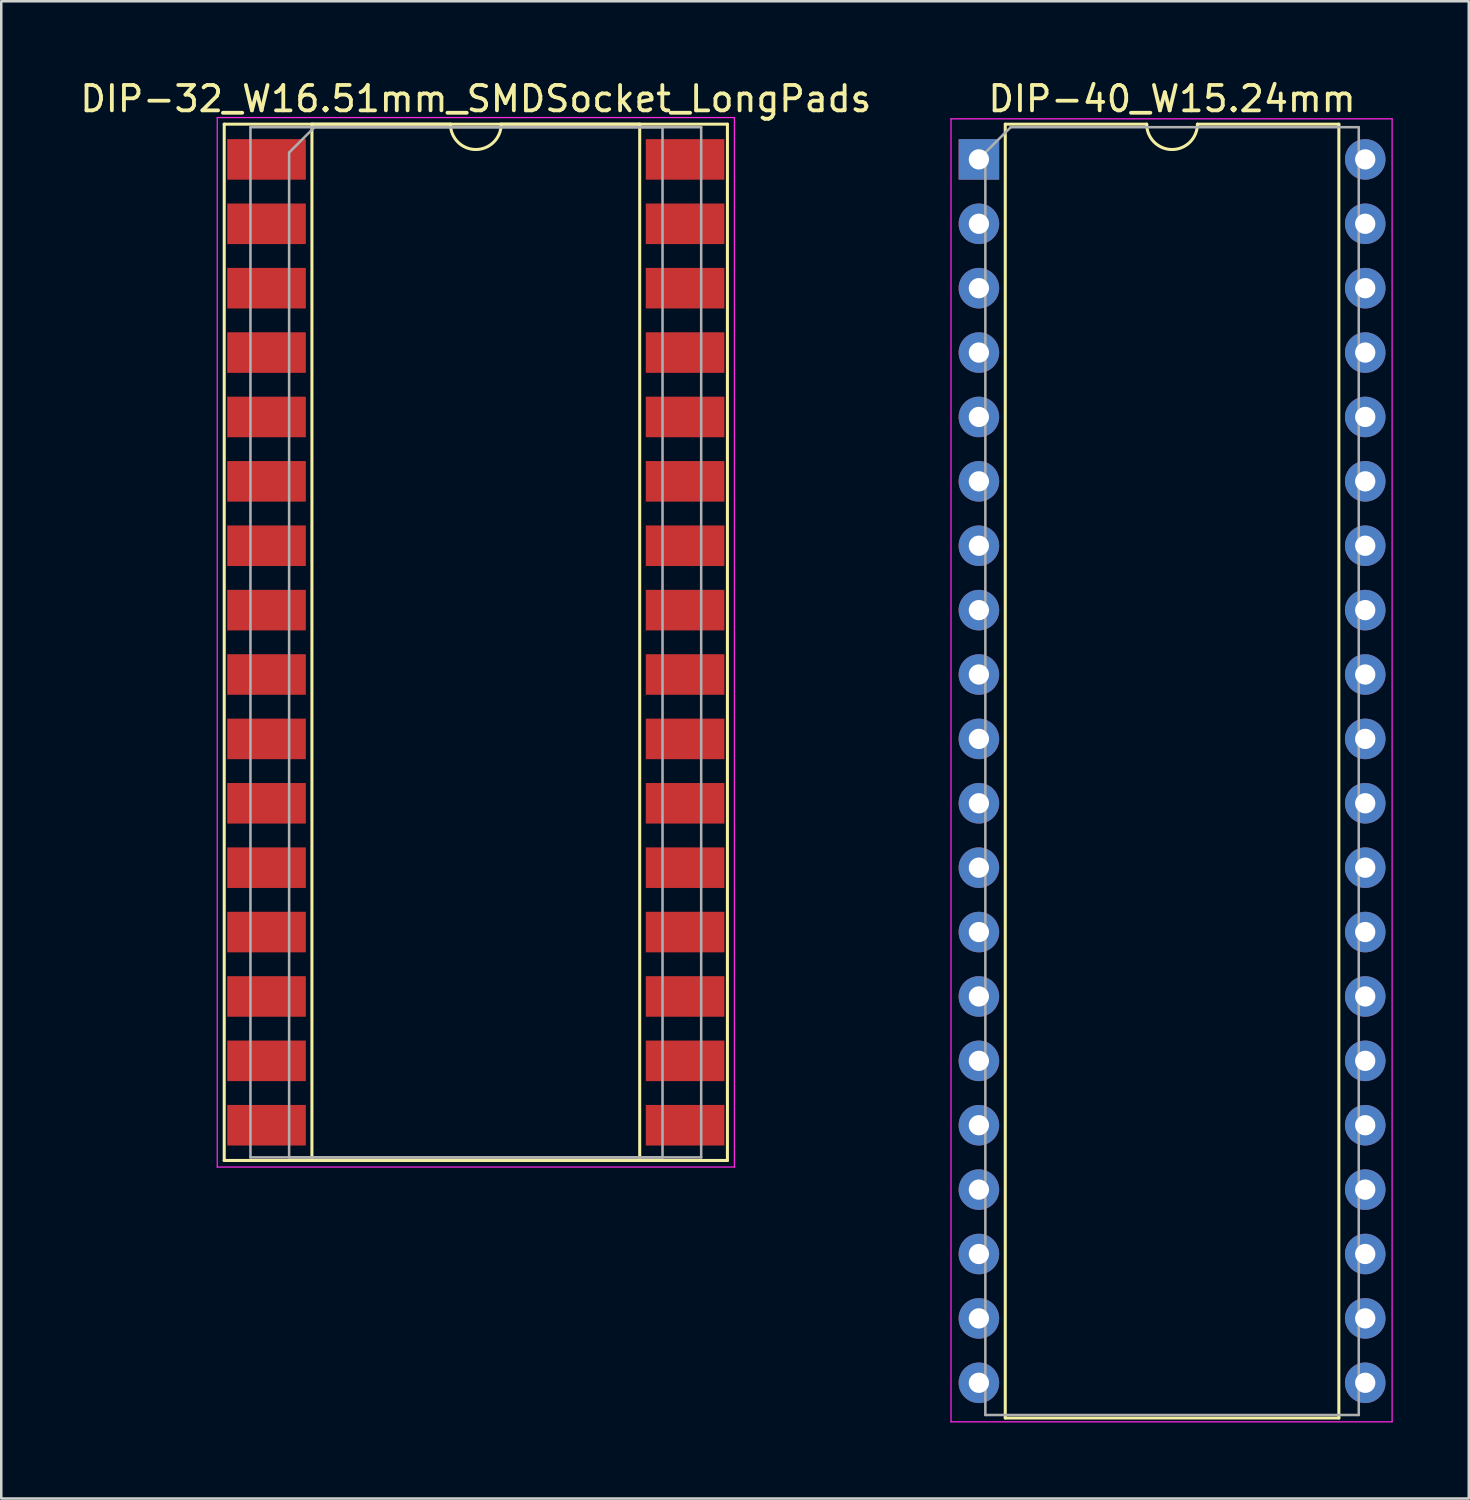
<source format=kicad_pcb>
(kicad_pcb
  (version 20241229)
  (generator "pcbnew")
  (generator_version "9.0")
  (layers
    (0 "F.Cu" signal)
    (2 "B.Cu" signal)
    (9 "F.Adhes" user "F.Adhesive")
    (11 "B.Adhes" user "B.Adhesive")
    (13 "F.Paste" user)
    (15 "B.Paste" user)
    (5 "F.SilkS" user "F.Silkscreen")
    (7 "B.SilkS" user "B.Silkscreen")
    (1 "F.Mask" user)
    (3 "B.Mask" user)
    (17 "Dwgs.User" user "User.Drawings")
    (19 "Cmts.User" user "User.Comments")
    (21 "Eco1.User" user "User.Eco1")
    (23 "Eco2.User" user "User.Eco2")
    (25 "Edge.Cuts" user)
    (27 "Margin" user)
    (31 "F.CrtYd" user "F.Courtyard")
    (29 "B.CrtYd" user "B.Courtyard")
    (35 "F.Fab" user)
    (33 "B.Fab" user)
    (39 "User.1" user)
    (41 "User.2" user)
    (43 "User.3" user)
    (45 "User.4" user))
  (footprint "DIP-32_W16.51mm_SMDSocket_LongPads"
    (layer "F.Cu")
    (at 15.72 22.288)
    (property "Reference" "DIP-32_W16.51mm_SMDSocket_LongPads" (at 0 -21.44 0) (layer "F.SilkS") (effects (font (size 1 1) (thickness 0.15))))
    (attr smd)
    (fp_line (start -9.925 -20.44) (end -9.925 20.44) (stroke (width 0.12) (type solid)) (layer "F.SilkS"))
    (fp_line (start -9.925 20.44) (end 9.925 20.44) (stroke (width 0.12) (type solid)) (layer "F.SilkS"))
    (fp_line (start -6.465 -20.44) (end -6.465 20.44) (stroke (width 0.12) (type solid)) (layer "F.SilkS"))
    (fp_line (start -6.465 20.44) (end 6.465 20.44) (stroke (width 0.12) (type solid)) (layer "F.SilkS"))
    (fp_line (start -1 -20.44) (end -6.465 -20.44) (stroke (width 0.12) (type solid)) (layer "F.SilkS"))
    (fp_line (start 6.465 -20.44) (end 1 -20.44) (stroke (width 0.12) (type solid)) (layer "F.SilkS"))
    (fp_line (start 6.465 20.44) (end 6.465 -20.44) (stroke (width 0.12) (type solid)) (layer "F.SilkS"))
    (fp_line (start 9.925 -20.44) (end -9.925 -20.44) (stroke (width 0.12) (type solid)) (layer "F.SilkS"))
    (fp_line (start 9.925 20.44) (end 9.925 -20.44) (stroke (width 0.12) (type solid)) (layer "F.SilkS"))
    (fp_arc (start 1 -20.44) (mid 0 -19.44) (end -1 -20.44) (stroke (width 0.12) (type solid)) (layer "F.SilkS"))
    (fp_line (start -10.2 -20.7) (end -10.2 20.7) (stroke (width 0.05) (type solid)) (layer "F.CrtYd"))
    (fp_line (start -10.2 20.7) (end 10.2 20.7) (stroke (width 0.05) (type solid)) (layer "F.CrtYd"))
    (fp_line (start 10.2 -20.7) (end -10.2 -20.7) (stroke (width 0.05) (type solid)) (layer "F.CrtYd"))
    (fp_line (start 10.2 20.7) (end 10.2 -20.7) (stroke (width 0.05) (type solid)) (layer "F.CrtYd"))
    (fp_line (start -8.89 -20.32) (end -8.89 20.32) (stroke (width 0.1) (type solid)) (layer "F.Fab"))
    (fp_line (start -8.89 20.32) (end 8.89 20.32) (stroke (width 0.1) (type solid)) (layer "F.Fab"))
    (fp_line (start -7.365 -19.32) (end -6.365 -20.32) (stroke (width 0.1) (type solid)) (layer "F.Fab"))
    (fp_line (start -7.365 20.32) (end -7.365 -19.32) (stroke (width 0.1) (type solid)) (layer "F.Fab"))
    (fp_line (start -6.365 -20.32) (end 7.365 -20.32) (stroke (width 0.1) (type solid)) (layer "F.Fab"))
    (fp_line (start 7.365 -20.32) (end 7.365 20.32) (stroke (width 0.1) (type solid)) (layer "F.Fab"))
    (fp_line (start 7.365 20.32) (end -7.365 20.32) (stroke (width 0.1) (type solid)) (layer "F.Fab"))
    (fp_line (start 8.89 -20.32) (end -8.89 -20.32) (stroke (width 0.1) (type solid)) (layer "F.Fab"))
    (fp_line (start 8.89 20.32) (end 8.89 -20.32) (stroke (width 0.1) (type solid)) (layer "F.Fab"))
    (pad "1" smd rect (at -8.255 -19.05) (size 3.1 1.6) (layers "F.Cu" "F.Mask"))
    (pad "2" smd rect (at -8.255 -16.51) (size 3.1 1.6) (layers "F.Cu" "F.Mask"))
    (pad "3" smd rect (at -8.255 -13.97) (size 3.1 1.6) (layers "F.Cu" "F.Mask"))
    (pad "4" smd rect (at -8.255 -11.43) (size 3.1 1.6) (layers "F.Cu" "F.Mask"))
    (pad "5" smd rect (at -8.255 -8.89) (size 3.1 1.6) (layers "F.Cu" "F.Mask"))
    (pad "6" smd rect (at -8.255 -6.35) (size 3.1 1.6) (layers "F.Cu" "F.Mask"))
    (pad "7" smd rect (at -8.255 -3.81) (size 3.1 1.6) (layers "F.Cu" "F.Mask"))
    (pad "8" smd rect (at -8.255 -1.27) (size 3.1 1.6) (layers "F.Cu" "F.Mask"))
    (pad "9" smd rect (at -8.255 1.27) (size 3.1 1.6) (layers "F.Cu" "F.Mask"))
    (pad "10" smd rect (at -8.255 3.81) (size 3.1 1.6) (layers "F.Cu" "F.Mask"))
    (pad "11" smd rect (at -8.255 6.35) (size 3.1 1.6) (layers "F.Cu" "F.Mask"))
    (pad "12" smd rect (at -8.255 8.89) (size 3.1 1.6) (layers "F.Cu" "F.Mask"))
    (pad "13" smd rect (at -8.255 11.43) (size 3.1 1.6) (layers "F.Cu" "F.Mask"))
    (pad "14" smd rect (at -8.255 13.97) (size 3.1 1.6) (layers "F.Cu" "F.Mask"))
    (pad "15" smd rect (at -8.255 16.51) (size 3.1 1.6) (layers "F.Cu" "F.Mask"))
    (pad "16" smd rect (at -8.255 19.05) (size 3.1 1.6) (layers "F.Cu" "F.Mask"))
    (pad "17" smd rect (at 8.255 19.05) (size 3.1 1.6) (layers "F.Cu" "F.Mask"))
    (pad "18" smd rect (at 8.255 16.51) (size 3.1 1.6) (layers "F.Cu" "F.Mask"))
    (pad "19" smd rect (at 8.255 13.97) (size 3.1 1.6) (layers "F.Cu" "F.Mask"))
    (pad "20" smd rect (at 8.255 11.43) (size 3.1 1.6) (layers "F.Cu" "F.Mask"))
    (pad "21" smd rect (at 8.255 8.89) (size 3.1 1.6) (layers "F.Cu" "F.Mask"))
    (pad "22" smd rect (at 8.255 6.35) (size 3.1 1.6) (layers "F.Cu" "F.Mask"))
    (pad "23" smd rect (at 8.255 3.81) (size 3.1 1.6) (layers "F.Cu" "F.Mask"))
    (pad "24" smd rect (at 8.255 1.27) (size 3.1 1.6) (layers "F.Cu" "F.Mask"))
    (pad "25" smd rect (at 8.255 -1.27) (size 3.1 1.6) (layers "F.Cu" "F.Mask"))
    (pad "26" smd rect (at 8.255 -3.81) (size 3.1 1.6) (layers "F.Cu" "F.Mask"))
    (pad "27" smd rect (at 8.255 -6.35) (size 3.1 1.6) (layers "F.Cu" "F.Mask"))
    (pad "28" smd rect (at 8.255 -8.89) (size 3.1 1.6) (layers "F.Cu" "F.Mask"))
    (pad "29" smd rect (at 8.255 -11.43) (size 3.1 1.6) (layers "F.Cu" "F.Mask"))
    (pad "30" smd rect (at 8.255 -13.97) (size 3.1 1.6) (layers "F.Cu" "F.Mask"))
    (pad "31" smd rect (at 8.255 -16.51) (size 3.1 1.6) (layers "F.Cu" "F.Mask"))
    (pad "32" smd rect (at 8.255 -19.05) (size 3.1 1.6) (layers "F.Cu" "F.Mask")))
  (footprint "DIP-40_W15.24mm"
    (layer "F.Cu")
    (at 35.565 3.238)
    (property "Reference" "DIP-40_W15.24mm" (at 7.62 -2.39 0) (layer "F.SilkS") (effects (font (size 1 1) (thickness 0.15))))
    (attr through_hole)
    (fp_line (start 1.04 -1.39) (end 1.04 49.65) (stroke (width 0.12) (type solid)) (layer "F.SilkS"))
    (fp_line (start 1.04 49.65) (end 14.2 49.65) (stroke (width 0.12) (type solid)) (layer "F.SilkS"))
    (fp_line (start 6.62 -1.39) (end 1.04 -1.39) (stroke (width 0.12) (type solid)) (layer "F.SilkS"))
    (fp_line (start 14.2 -1.39) (end 8.62 -1.39) (stroke (width 0.12) (type solid)) (layer "F.SilkS"))
    (fp_line (start 14.2 49.65) (end 14.2 -1.39) (stroke (width 0.12) (type solid)) (layer "F.SilkS"))
    (fp_arc (start 8.62 -1.39) (mid 7.62 -0.39) (end 6.62 -1.39) (stroke (width 0.12) (type solid)) (layer "F.SilkS"))
    (fp_line (start -1.1 -1.6) (end -1.1 49.8) (stroke (width 0.05) (type solid)) (layer "F.CrtYd"))
    (fp_line (start -1.1 49.8) (end 16.3 49.8) (stroke (width 0.05) (type solid)) (layer "F.CrtYd"))
    (fp_line (start 16.3 -1.6) (end -1.1 -1.6) (stroke (width 0.05) (type solid)) (layer "F.CrtYd"))
    (fp_line (start 16.3 49.8) (end 16.3 -1.6) (stroke (width 0.05) (type solid)) (layer "F.CrtYd"))
    (fp_line (start 0.255 -0.27) (end 1.255 -1.27) (stroke (width 0.1) (type solid)) (layer "F.Fab"))
    (fp_line (start 0.255 49.53) (end 0.255 -0.27) (stroke (width 0.1) (type solid)) (layer "F.Fab"))
    (fp_line (start 1.255 -1.27) (end 14.985 -1.27) (stroke (width 0.1) (type solid)) (layer "F.Fab"))
    (fp_line (start 14.985 -1.27) (end 14.985 49.53) (stroke (width 0.1) (type solid)) (layer "F.Fab"))
    (fp_line (start 14.985 49.53) (end 0.255 49.53) (stroke (width 0.1) (type solid)) (layer "F.Fab"))
    (pad "1" thru_hole rect (at 0 0) (size 1.6 1.6) (drill 0.8) (layers "*.Cu" "*.Mask"))
    (pad "2" thru_hole oval (at 0 2.54) (size 1.6 1.6) (drill 0.8) (layers "*.Cu" "*.Mask"))
    (pad "3" thru_hole oval (at 0 5.08) (size 1.6 1.6) (drill 0.8) (layers "*.Cu" "*.Mask"))
    (pad "4" thru_hole oval (at 0 7.62) (size 1.6 1.6) (drill 0.8) (layers "*.Cu" "*.Mask"))
    (pad "5" thru_hole oval (at 0 10.16) (size 1.6 1.6) (drill 0.8) (layers "*.Cu" "*.Mask"))
    (pad "6" thru_hole oval (at 0 12.7) (size 1.6 1.6) (drill 0.8) (layers "*.Cu" "*.Mask"))
    (pad "7" thru_hole oval (at 0 15.24) (size 1.6 1.6) (drill 0.8) (layers "*.Cu" "*.Mask"))
    (pad "8" thru_hole oval (at 0 17.78) (size 1.6 1.6) (drill 0.8) (layers "*.Cu" "*.Mask"))
    (pad "9" thru_hole oval (at 0 20.32) (size 1.6 1.6) (drill 0.8) (layers "*.Cu" "*.Mask"))
    (pad "10" thru_hole oval (at 0 22.86) (size 1.6 1.6) (drill 0.8) (layers "*.Cu" "*.Mask"))
    (pad "11" thru_hole oval (at 0 25.4) (size 1.6 1.6) (drill 0.8) (layers "*.Cu" "*.Mask"))
    (pad "12" thru_hole oval (at 0 27.94) (size 1.6 1.6) (drill 0.8) (layers "*.Cu" "*.Mask"))
    (pad "13" thru_hole oval (at 0 30.48) (size 1.6 1.6) (drill 0.8) (layers "*.Cu" "*.Mask"))
    (pad "14" thru_hole oval (at 0 33.02) (size 1.6 1.6) (drill 0.8) (layers "*.Cu" "*.Mask"))
    (pad "15" thru_hole oval (at 0 35.56) (size 1.6 1.6) (drill 0.8) (layers "*.Cu" "*.Mask"))
    (pad "16" thru_hole oval (at 0 38.1) (size 1.6 1.6) (drill 0.8) (layers "*.Cu" "*.Mask"))
    (pad "17" thru_hole oval (at 0 40.64) (size 1.6 1.6) (drill 0.8) (layers "*.Cu" "*.Mask"))
    (pad "18" thru_hole oval (at 0 43.18) (size 1.6 1.6) (drill 0.8) (layers "*.Cu" "*.Mask"))
    (pad "19" thru_hole oval (at 0 45.72) (size 1.6 1.6) (drill 0.8) (layers "*.Cu" "*.Mask"))
    (pad "20" thru_hole oval (at 0 48.26) (size 1.6 1.6) (drill 0.8) (layers "*.Cu" "*.Mask"))
    (pad "21" thru_hole oval (at 15.24 48.26) (size 1.6 1.6) (drill 0.8) (layers "*.Cu" "*.Mask"))
    (pad "22" thru_hole oval (at 15.24 45.72) (size 1.6 1.6) (drill 0.8) (layers "*.Cu" "*.Mask"))
    (pad "23" thru_hole oval (at 15.24 43.18) (size 1.6 1.6) (drill 0.8) (layers "*.Cu" "*.Mask"))
    (pad "24" thru_hole oval (at 15.24 40.64) (size 1.6 1.6) (drill 0.8) (layers "*.Cu" "*.Mask"))
    (pad "25" thru_hole oval (at 15.24 38.1) (size 1.6 1.6) (drill 0.8) (layers "*.Cu" "*.Mask"))
    (pad "26" thru_hole oval (at 15.24 35.56) (size 1.6 1.6) (drill 0.8) (layers "*.Cu" "*.Mask"))
    (pad "27" thru_hole oval (at 15.24 33.02) (size 1.6 1.6) (drill 0.8) (layers "*.Cu" "*.Mask"))
    (pad "28" thru_hole oval (at 15.24 30.48) (size 1.6 1.6) (drill 0.8) (layers "*.Cu" "*.Mask"))
    (pad "29" thru_hole oval (at 15.24 27.94) (size 1.6 1.6) (drill 0.8) (layers "*.Cu" "*.Mask"))
    (pad "30" thru_hole oval (at 15.24 25.4) (size 1.6 1.6) (drill 0.8) (layers "*.Cu" "*.Mask"))
    (pad "31" thru_hole oval (at 15.24 22.86) (size 1.6 1.6) (drill 0.8) (layers "*.Cu" "*.Mask"))
    (pad "32" thru_hole oval (at 15.24 20.32) (size 1.6 1.6) (drill 0.8) (layers "*.Cu" "*.Mask"))
    (pad "33" thru_hole oval (at 15.24 17.78) (size 1.6 1.6) (drill 0.8) (layers "*.Cu" "*.Mask"))
    (pad "34" thru_hole oval (at 15.24 15.24) (size 1.6 1.6) (drill 0.8) (layers "*.Cu" "*.Mask"))
    (pad "35" thru_hole oval (at 15.24 12.7) (size 1.6 1.6) (drill 0.8) (layers "*.Cu" "*.Mask"))
    (pad "36" thru_hole oval (at 15.24 10.16) (size 1.6 1.6) (drill 0.8) (layers "*.Cu" "*.Mask"))
    (pad "37" thru_hole oval (at 15.24 7.62) (size 1.6 1.6) (drill 0.8) (layers "*.Cu" "*.Mask"))
    (pad "38" thru_hole oval (at 15.24 5.08) (size 1.6 1.6) (drill 0.8) (layers "*.Cu" "*.Mask"))
    (pad "39" thru_hole oval (at 15.24 2.54) (size 1.6 1.6) (drill 0.8) (layers "*.Cu" "*.Mask"))
    (pad "40" thru_hole oval (at 15.24 0) (size 1.6 1.6) (drill 0.8) (layers "*.Cu" "*.Mask")))
  (gr_rect
    (start -3 -3)
    (end 54.89 56.063)
    (stroke (width 0.1) (type default))
    (fill no)
    (layer "Edge.Cuts")))
</source>
